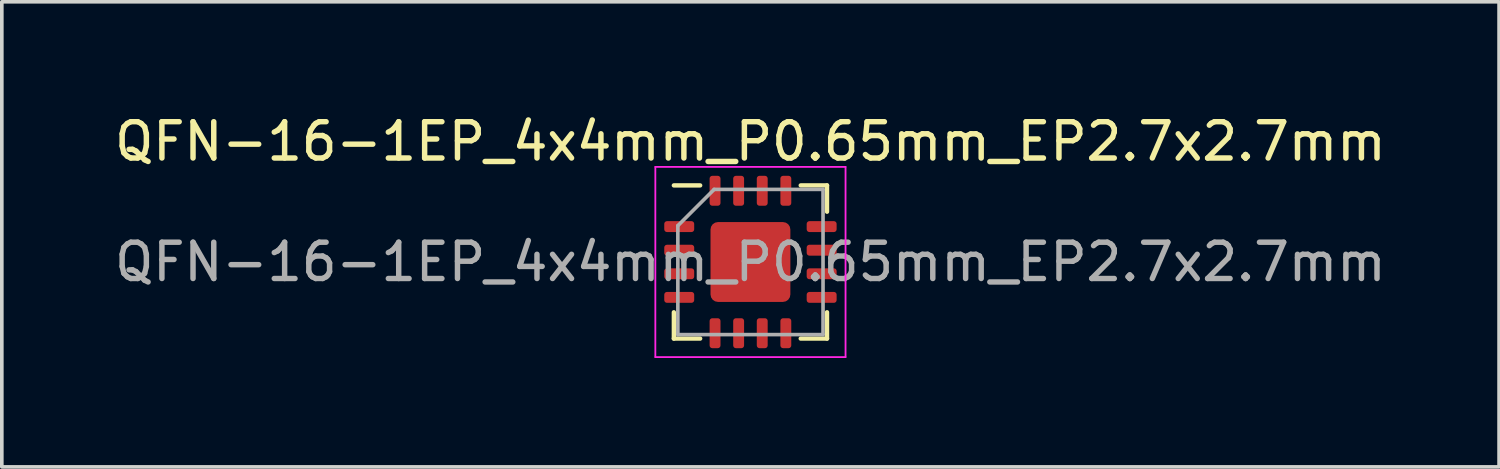
<source format=kicad_pcb>
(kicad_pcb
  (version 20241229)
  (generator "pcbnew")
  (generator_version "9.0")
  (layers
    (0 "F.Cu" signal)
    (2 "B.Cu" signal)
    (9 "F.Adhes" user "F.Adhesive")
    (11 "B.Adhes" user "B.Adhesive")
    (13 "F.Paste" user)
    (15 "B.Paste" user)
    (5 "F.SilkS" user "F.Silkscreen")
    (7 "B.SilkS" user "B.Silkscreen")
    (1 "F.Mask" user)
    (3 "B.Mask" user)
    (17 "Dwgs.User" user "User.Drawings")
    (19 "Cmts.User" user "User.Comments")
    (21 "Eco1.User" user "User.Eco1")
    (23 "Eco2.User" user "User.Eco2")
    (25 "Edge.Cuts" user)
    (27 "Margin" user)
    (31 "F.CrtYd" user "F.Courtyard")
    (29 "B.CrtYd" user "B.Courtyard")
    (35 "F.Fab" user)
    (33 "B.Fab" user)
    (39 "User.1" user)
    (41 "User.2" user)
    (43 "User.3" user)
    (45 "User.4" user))
  (footprint "QFN-16-1EP_4x4mm_P0.65mm_EP2.7x2.7mm"
    (layer "F.Cu")
    (at 17.625 4.168)
    (property "Reference" "QFN-16-1EP_4x4mm_P0.65mm_EP2.7x2.7mm" (at 0 -3.32 0) (layer "F.SilkS") (effects (font (size 1 1) (thickness 0.15))))
    (attr smd)
    (fp_line (start -2.11 2.11) (end -2.11 1.385) (stroke (width 0.12) (type solid)) (layer "F.SilkS"))
    (fp_line (start -1.385 -2.11) (end -2.11 -2.11) (stroke (width 0.12) (type solid)) (layer "F.SilkS"))
    (fp_line (start -1.385 2.11) (end -2.11 2.11) (stroke (width 0.12) (type solid)) (layer "F.SilkS"))
    (fp_line (start 1.385 -2.11) (end 2.11 -2.11) (stroke (width 0.12) (type solid)) (layer "F.SilkS"))
    (fp_line (start 1.385 2.11) (end 2.11 2.11) (stroke (width 0.12) (type solid)) (layer "F.SilkS"))
    (fp_line (start 2.11 -2.11) (end 2.11 -1.385) (stroke (width 0.12) (type solid)) (layer "F.SilkS"))
    (fp_line (start 2.11 2.11) (end 2.11 1.385) (stroke (width 0.12) (type solid)) (layer "F.SilkS"))
    (fp_line (start -2.62 -2.62) (end -2.62 2.62) (stroke (width 0.05) (type solid)) (layer "F.CrtYd"))
    (fp_line (start -2.62 2.62) (end 2.62 2.62) (stroke (width 0.05) (type solid)) (layer "F.CrtYd"))
    (fp_line (start 2.62 -2.62) (end -2.62 -2.62) (stroke (width 0.05) (type solid)) (layer "F.CrtYd"))
    (fp_line (start 2.62 2.62) (end 2.62 -2.62) (stroke (width 0.05) (type solid)) (layer "F.CrtYd"))
    (fp_line (start -2 -1) (end -1 -2) (stroke (width 0.1) (type solid)) (layer "F.Fab"))
    (fp_line (start -2 2) (end -2 -1) (stroke (width 0.1) (type solid)) (layer "F.Fab"))
    (fp_line (start -1 -2) (end 2 -2) (stroke (width 0.1) (type solid)) (layer "F.Fab"))
    (fp_line (start 2 -2) (end 2 2) (stroke (width 0.1) (type solid)) (layer "F.Fab"))
    (fp_line (start 2 2) (end -2 2) (stroke (width 0.1) (type solid)) (layer "F.Fab"))
    (fp_text user "${REFERENCE}" (at 0 0 0) (layer "F.Fab") (effects (font (size 1 1) (thickness 0.15))))
    (pad "1" smd roundrect (at -1.962 -0.975) (size 0.825 0.3) (layers "F.Cu" "F.Mask" "F.Paste") (roundrect_rratio 0.25))
    (pad "2" smd roundrect (at -1.962 -0.325) (size 0.825 0.3) (layers "F.Cu" "F.Mask" "F.Paste") (roundrect_rratio 0.25))
    (pad "3" smd roundrect (at -1.962 0.325) (size 0.825 0.3) (layers "F.Cu" "F.Mask" "F.Paste") (roundrect_rratio 0.25))
    (pad "4" smd roundrect (at -1.962 0.975) (size 0.825 0.3) (layers "F.Cu" "F.Mask" "F.Paste") (roundrect_rratio 0.25))
    (pad "5" smd roundrect (at -0.975 1.962) (size 0.3 0.825) (layers "F.Cu" "F.Mask" "F.Paste") (roundrect_rratio 0.25))
    (pad "6" smd roundrect (at -0.325 1.962) (size 0.3 0.825) (layers "F.Cu" "F.Mask" "F.Paste") (roundrect_rratio 0.25))
    (pad "7" smd roundrect (at 0.325 1.962) (size 0.3 0.825) (layers "F.Cu" "F.Mask" "F.Paste") (roundrect_rratio 0.25))
    (pad "8" smd roundrect (at 0.975 1.962) (size 0.3 0.825) (layers "F.Cu" "F.Mask" "F.Paste") (roundrect_rratio 0.25))
    (pad "9" smd roundrect (at 1.962 0.975) (size 0.825 0.3) (layers "F.Cu" "F.Mask" "F.Paste") (roundrect_rratio 0.25))
    (pad "10" smd roundrect (at 1.962 0.325) (size 0.825 0.3) (layers "F.Cu" "F.Mask" "F.Paste") (roundrect_rratio 0.25))
    (pad "11" smd roundrect (at 1.962 -0.325) (size 0.825 0.3) (layers "F.Cu" "F.Mask" "F.Paste") (roundrect_rratio 0.25))
    (pad "12" smd roundrect (at 1.962 -0.975) (size 0.825 0.3) (layers "F.Cu" "F.Mask" "F.Paste") (roundrect_rratio 0.25))
    (pad "13" smd roundrect (at 0.975 -1.962) (size 0.3 0.825) (layers "F.Cu" "F.Mask" "F.Paste") (roundrect_rratio 0.25))
    (pad "14" smd roundrect (at 0.325 -1.962) (size 0.3 0.825) (layers "F.Cu" "F.Mask" "F.Paste") (roundrect_rratio 0.25))
    (pad "15" smd roundrect (at -0.325 -1.962) (size 0.3 0.825) (layers "F.Cu" "F.Mask" "F.Paste") (roundrect_rratio 0.25))
    (pad "16" smd roundrect (at -0.975 -1.962) (size 0.3 0.825) (layers "F.Cu" "F.Mask" "F.Paste") (roundrect_rratio 0.25))
    (pad "17" smd roundrect (at 0 0) (size 2.2 2.2) (layers "F.Cu" "F.Mask") (roundrect_rratio 0.093)))
  (gr_rect
    (start -3 -3)
    (end 38.25 9.813)
    (stroke (width 0.1) (type default))
    (fill no)
    (layer "Edge.Cuts")))
</source>
